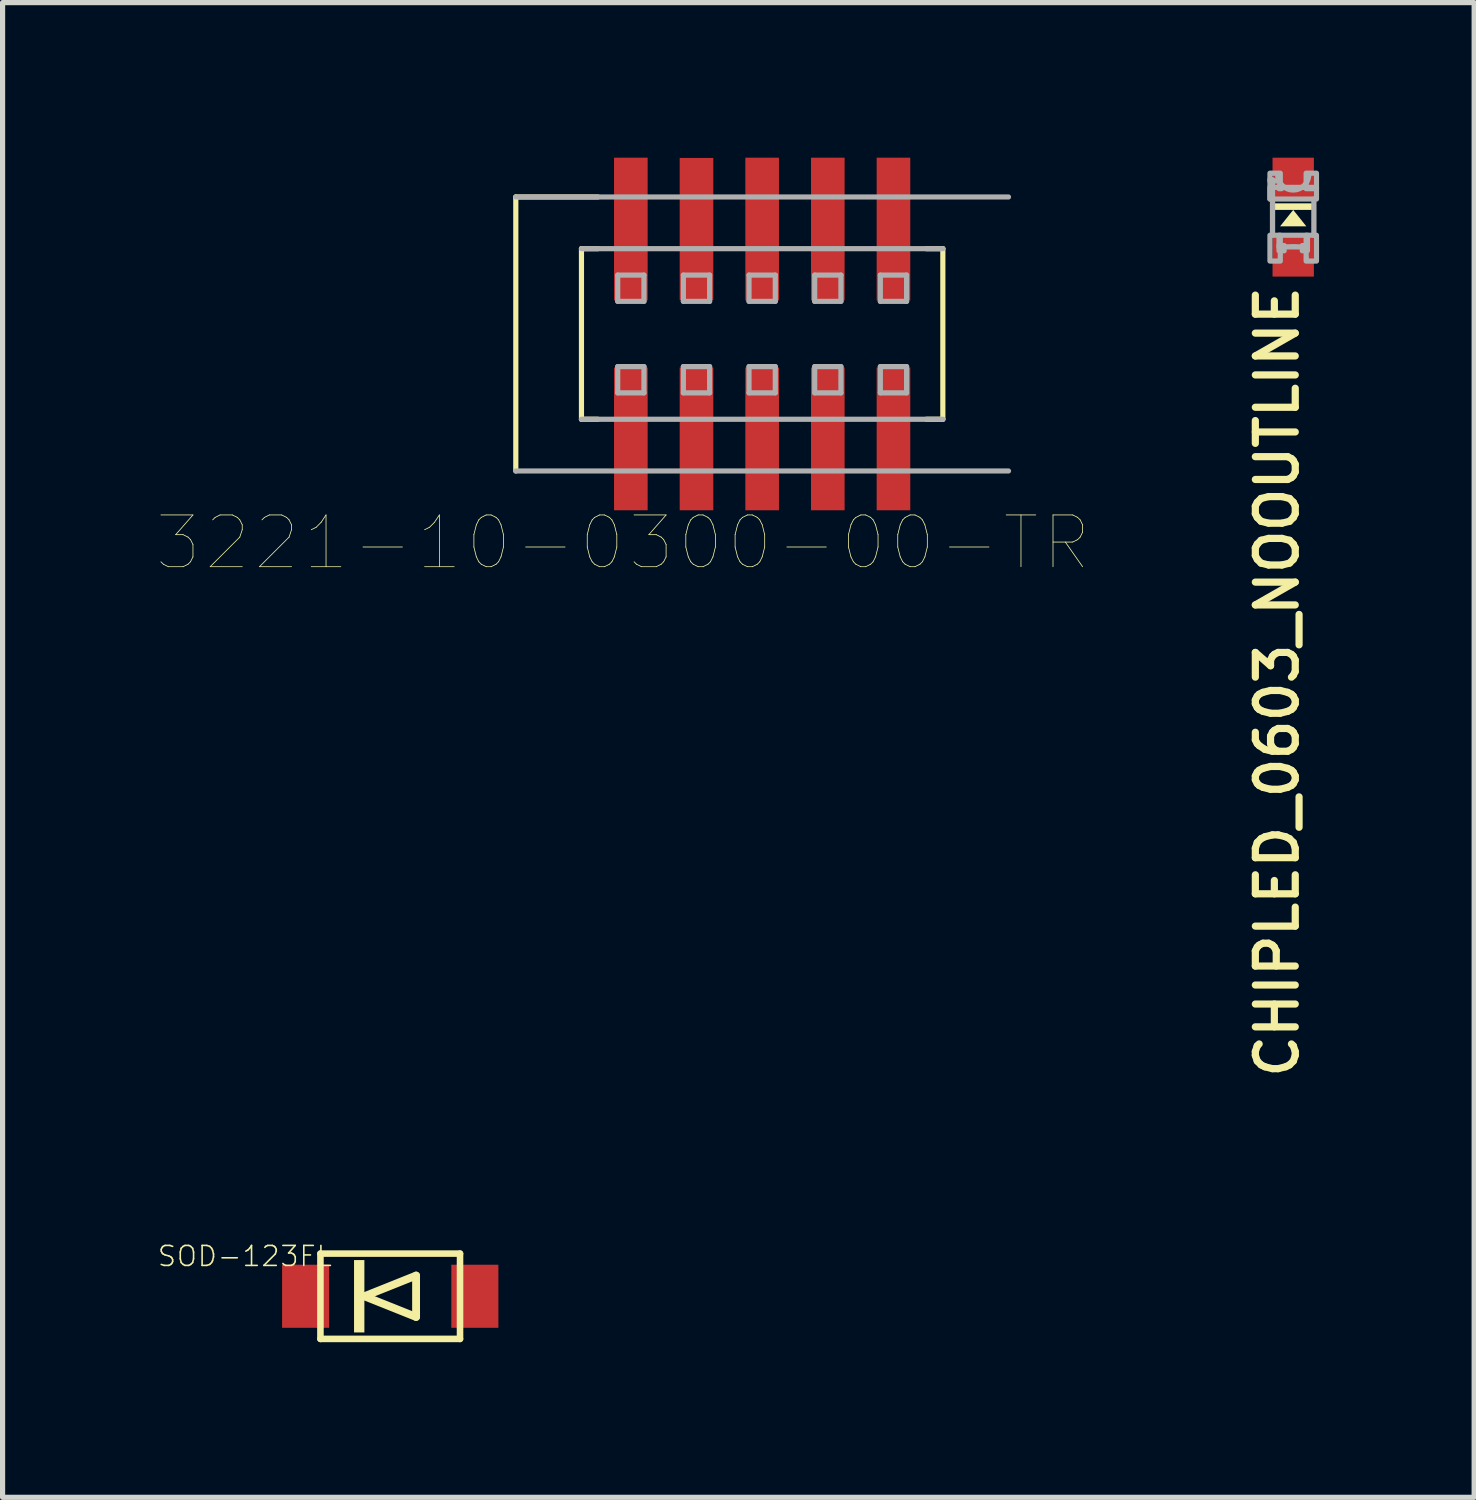
<source format=kicad_pcb>
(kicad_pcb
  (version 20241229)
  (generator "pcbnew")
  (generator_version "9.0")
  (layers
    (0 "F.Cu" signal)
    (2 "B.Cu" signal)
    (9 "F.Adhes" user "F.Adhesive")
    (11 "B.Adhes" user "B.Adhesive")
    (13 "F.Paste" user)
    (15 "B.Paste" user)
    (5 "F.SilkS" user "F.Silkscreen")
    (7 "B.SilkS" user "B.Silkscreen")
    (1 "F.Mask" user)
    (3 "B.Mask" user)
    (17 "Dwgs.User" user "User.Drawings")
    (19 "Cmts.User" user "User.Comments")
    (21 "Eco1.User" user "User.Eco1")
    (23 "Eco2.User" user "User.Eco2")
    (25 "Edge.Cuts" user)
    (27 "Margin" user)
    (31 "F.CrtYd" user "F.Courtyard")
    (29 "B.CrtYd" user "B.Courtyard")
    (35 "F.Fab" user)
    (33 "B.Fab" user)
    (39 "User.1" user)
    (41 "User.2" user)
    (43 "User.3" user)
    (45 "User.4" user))
  (footprint "SOD-123FL"
    (layer "F.Cu")
    (at 4.498 22.023)
    (property "Reference" "SOD-123FL" (at -1.1 -1 180) (layer "F.SilkS") (effects (font (size 0.386 0.386) (thickness 0.031)) (justify right top)))
    (attr through_hole)
    (fp_line (start -1.35 -0.825) (end 1.35 -0.825) (stroke (width 0.127) (type solid)) (layer "F.SilkS"))
    (fp_line (start -1.35 0.825) (end -1.35 -0.825) (stroke (width 0.127) (type solid)) (layer "F.SilkS"))
    (fp_line (start -0.5 0) (end 0.5 -0.4) (stroke (width 0.152) (type solid)) (layer "F.SilkS"))
    (fp_line (start 0.5 -0.4) (end 0.5 0.4) (stroke (width 0.152) (type solid)) (layer "F.SilkS"))
    (fp_line (start 0.5 0.4) (end -0.5 0) (stroke (width 0.152) (type solid)) (layer "F.SilkS"))
    (fp_line (start 1.35 -0.825) (end 1.35 0.825) (stroke (width 0.127) (type solid)) (layer "F.SilkS"))
    (fp_line (start 1.35 0.825) (end -1.35 0.825) (stroke (width 0.127) (type solid)) (layer "F.SilkS"))
    (fp_poly (pts (xy -0.7 0.7) (xy -0.5 0.7) (xy -0.5 -0.7) (xy -0.7 -0.7)) (stroke (width 0) (type solid)) (fill yes) (layer "F.SilkS"))
    (pad "1" smd rect (at -1.637 0) (size 0.91 1.22) (layers "F.Cu" "F.Mask" "F.Paste"))
    (pad "2" smd rect (at 1.637 0) (size 0.91 1.22) (layers "F.Cu" "F.Mask" "F.Paste")))
  (footprint "3221-10-0300-00-TR"
    (layer "F.Cu")
    (at 11.692 3.41)
    (property "Reference" "3221-10-0300-00-TR" (at -2.692 4.039 180) (layer "F.SilkS") (effects (font (size 1.001 1.001) (thickness 0.015))))
    (attr through_hole)
    (fp_line (start -4.765 -2.65) (end -4.765 2.65) (stroke (width 0.1) (type solid)) (layer "F.SilkS"))
    (fp_line (start -3.495 -1.65) (end -3.495 1.65) (stroke (width 0.1) (type solid)) (layer "F.SilkS"))
    (fp_line (start -3.495 1.65) (end -3.175 1.65) (stroke (width 0.1) (type solid)) (layer "F.SilkS"))
    (fp_line (start -3.175 -2.65) (end -4.765 -2.65) (stroke (width 0.1) (type solid)) (layer "F.SilkS"))
    (fp_line (start -3.175 -1.65) (end -3.495 -1.65) (stroke (width 0.1) (type solid)) (layer "F.SilkS"))
    (fp_line (start 3.175 1.65) (end 3.495 1.65) (stroke (width 0.1) (type solid)) (layer "F.SilkS"))
    (fp_line (start 3.495 -1.65) (end 3.175 -1.65) (stroke (width 0.1) (type solid)) (layer "F.SilkS"))
    (fp_line (start 3.495 1.65) (end 3.495 -1.65) (stroke (width 0.1) (type solid)) (layer "F.SilkS"))
    (fp_line (start -4.765 2.65) (end 4.765 2.65) (stroke (width 0.1) (type solid)) (layer "F.Fab"))
    (fp_line (start -3.495 1.65) (end 3.495 1.65) (stroke (width 0.1) (type solid)) (layer "F.Fab"))
    (fp_line (start -2.794 -1.139) (end -2.794 -0.631) (stroke (width 0.1) (type solid)) (layer "F.Fab"))
    (fp_line (start -2.794 -0.631) (end -2.286 -0.631) (stroke (width 0.1) (type solid)) (layer "F.Fab"))
    (fp_line (start -2.794 0.631) (end -2.794 1.139) (stroke (width 0.1) (type solid)) (layer "F.Fab"))
    (fp_line (start -2.794 1.139) (end -2.286 1.139) (stroke (width 0.1) (type solid)) (layer "F.Fab"))
    (fp_line (start -2.286 -1.139) (end -2.794 -1.139) (stroke (width 0.1) (type solid)) (layer "F.Fab"))
    (fp_line (start -2.286 -0.631) (end -2.286 -1.139) (stroke (width 0.1) (type solid)) (layer "F.Fab"))
    (fp_line (start -2.286 0.631) (end -2.794 0.631) (stroke (width 0.1) (type solid)) (layer "F.Fab"))
    (fp_line (start -2.286 1.139) (end -2.286 0.631) (stroke (width 0.1) (type solid)) (layer "F.Fab"))
    (fp_line (start -1.524 -1.139) (end -1.524 -0.631) (stroke (width 0.1) (type solid)) (layer "F.Fab"))
    (fp_line (start -1.524 -0.631) (end -1.016 -0.631) (stroke (width 0.1) (type solid)) (layer "F.Fab"))
    (fp_line (start -1.524 0.631) (end -1.524 1.139) (stroke (width 0.1) (type solid)) (layer "F.Fab"))
    (fp_line (start -1.524 1.139) (end -1.016 1.139) (stroke (width 0.1) (type solid)) (layer "F.Fab"))
    (fp_line (start -1.016 -1.139) (end -1.524 -1.139) (stroke (width 0.1) (type solid)) (layer "F.Fab"))
    (fp_line (start -1.016 -0.631) (end -1.016 -1.139) (stroke (width 0.1) (type solid)) (layer "F.Fab"))
    (fp_line (start -1.016 0.631) (end -1.524 0.631) (stroke (width 0.1) (type solid)) (layer "F.Fab"))
    (fp_line (start -1.016 1.139) (end -1.016 0.631) (stroke (width 0.1) (type solid)) (layer "F.Fab"))
    (fp_line (start -0.254 -1.139) (end -0.254 -0.631) (stroke (width 0.1) (type solid)) (layer "F.Fab"))
    (fp_line (start -0.254 -0.631) (end 0.254 -0.631) (stroke (width 0.1) (type solid)) (layer "F.Fab"))
    (fp_line (start -0.254 0.631) (end -0.254 1.139) (stroke (width 0.1) (type solid)) (layer "F.Fab"))
    (fp_line (start -0.254 1.139) (end 0.254 1.139) (stroke (width 0.1) (type solid)) (layer "F.Fab"))
    (fp_line (start 0.254 -1.139) (end -0.254 -1.139) (stroke (width 0.1) (type solid)) (layer "F.Fab"))
    (fp_line (start 0.254 -0.631) (end 0.254 -1.139) (stroke (width 0.1) (type solid)) (layer "F.Fab"))
    (fp_line (start 0.254 0.631) (end -0.254 0.631) (stroke (width 0.1) (type solid)) (layer "F.Fab"))
    (fp_line (start 0.254 1.139) (end 0.254 0.631) (stroke (width 0.1) (type solid)) (layer "F.Fab"))
    (fp_line (start 1.016 -1.139) (end 1.016 -0.631) (stroke (width 0.1) (type solid)) (layer "F.Fab"))
    (fp_line (start 1.016 -0.631) (end 1.524 -0.631) (stroke (width 0.1) (type solid)) (layer "F.Fab"))
    (fp_line (start 1.016 0.631) (end 1.016 1.139) (stroke (width 0.1) (type solid)) (layer "F.Fab"))
    (fp_line (start 1.016 1.139) (end 1.524 1.139) (stroke (width 0.1) (type solid)) (layer "F.Fab"))
    (fp_line (start 1.524 -1.139) (end 1.016 -1.139) (stroke (width 0.1) (type solid)) (layer "F.Fab"))
    (fp_line (start 1.524 -0.631) (end 1.524 -1.139) (stroke (width 0.1) (type solid)) (layer "F.Fab"))
    (fp_line (start 1.524 0.631) (end 1.016 0.631) (stroke (width 0.1) (type solid)) (layer "F.Fab"))
    (fp_line (start 1.524 1.139) (end 1.524 0.631) (stroke (width 0.1) (type solid)) (layer "F.Fab"))
    (fp_line (start 2.286 -1.139) (end 2.286 -0.631) (stroke (width 0.1) (type solid)) (layer "F.Fab"))
    (fp_line (start 2.286 -0.631) (end 2.794 -0.631) (stroke (width 0.1) (type solid)) (layer "F.Fab"))
    (fp_line (start 2.286 0.631) (end 2.286 1.139) (stroke (width 0.1) (type solid)) (layer "F.Fab"))
    (fp_line (start 2.286 1.139) (end 2.794 1.139) (stroke (width 0.1) (type solid)) (layer "F.Fab"))
    (fp_line (start 2.794 -1.139) (end 2.286 -1.139) (stroke (width 0.1) (type solid)) (layer "F.Fab"))
    (fp_line (start 2.794 -0.631) (end 2.794 -1.139) (stroke (width 0.1) (type solid)) (layer "F.Fab"))
    (fp_line (start 2.794 0.631) (end 2.286 0.631) (stroke (width 0.1) (type solid)) (layer "F.Fab"))
    (fp_line (start 2.794 1.139) (end 2.794 0.631) (stroke (width 0.1) (type solid)) (layer "F.Fab"))
    (fp_line (start 3.495 -1.65) (end -3.495 -1.65) (stroke (width 0.1) (type solid)) (layer "F.Fab"))
    (fp_line (start 4.765 -2.65) (end -4.765 -2.65) (stroke (width 0.1) (type solid)) (layer "F.Fab"))
    (pad "1" smd rect (at -2.54 2.03) (size 0.65 2.76) (layers "F.Cu" "F.Mask" "F.Paste"))
    (pad "2" smd rect (at -2.54 -2.03) (size 0.65 2.76) (layers "F.Cu" "F.Mask" "F.Paste"))
    (pad "3" smd rect (at -1.27 2.03) (size 0.65 2.76) (layers "F.Cu" "F.Mask" "F.Paste"))
    (pad "4" smd rect (at -1.27 -2.03) (size 0.65 2.75) (layers "F.Cu" "F.Mask" "F.Paste"))
    (pad "5" smd rect (at 0 2.03) (size 0.65 2.76) (layers "F.Cu" "F.Mask" "F.Paste"))
    (pad "6" smd rect (at 0 -2.03) (size 0.65 2.76) (layers "F.Cu" "F.Mask" "F.Paste"))
    (pad "7" smd rect (at 1.27 2.03) (size 0.65 2.76) (layers "F.Cu" "F.Mask" "F.Paste"))
    (pad "8" smd rect (at 1.27 -2.03) (size 0.65 2.76) (layers "F.Cu" "F.Mask" "F.Paste"))
    (pad "9" smd rect (at 2.54 2.03) (size 0.65 2.76) (layers "F.Cu" "F.Mask" "F.Paste"))
    (pad "10" smd rect (at 2.54 -2.03) (size 0.65 2.76) (layers "F.Cu" "F.Mask" "F.Paste")))
  (footprint "CHIPLED_0603_NOOUTLINE"
    (layer "F.Cu")
    (at 21.964 1.15)
    (property "Reference" "CHIPLED_0603_NOOUTLINE" (at -0.762 1.27 270) (layer "F.SilkS") (effects (font (size 0.772 0.772) (thickness 0.139)) (justify right top)))
    (attr through_hole)
    (fp_poly (pts (xy 0 -0.14) (xy -0.254 0.178) (xy 0.254 0.178)) (stroke (width 0) (type solid)) (fill yes) (layer "F.SilkS"))
    (fp_poly (pts (xy -0.381 -0.14) (xy 0.381 -0.14) (xy 0.381 -0.267) (xy -0.381 -0.267)) (stroke (width 0) (type solid)) (fill yes) (layer "F.SilkS"))
    (fp_line (start -0.4 -0.375) (end -0.4 0.35) (stroke (width 0.102) (type solid)) (layer "F.Fab"))
    (fp_line (start 0.4 -0.35) (end 0.4 0.35) (stroke (width 0.102) (type solid)) (layer "F.Fab"))
    (fp_arc (start -0.275 0.825) (mid 0 0.55) (end 0.275 0.825) (stroke (width 0.0508) (type solid)) (layer "F.Fab"))
    (fp_arc (start 0.3 -0.799998) (mid -0.000001 -0.524966) (end -0.3 -0.8) (stroke (width 0.1016) (type solid)) (layer "F.Fab"))
    (fp_circle (center -0.35 -0.625) (end -0.275 -0.625) (stroke (width 0.051) (type solid)) (fill no) (layer "F.Fab"))
    (fp_poly (pts (xy -0.45 -0.7) (xy -0.25 -0.7) (xy -0.25 -0.85) (xy -0.45 -0.85)) (stroke (width 0.1) (type solid)) (fill no) (layer "F.Fab"))
    (fp_poly (pts (xy -0.45 -0.35) (xy -0.4 -0.35) (xy -0.4 -0.725) (xy -0.45 -0.725)) (stroke (width 0.1) (type solid)) (fill no) (layer "F.Fab"))
    (fp_poly (pts (xy -0.45 -0.35) (xy 0.45 -0.35) (xy 0.45 -0.575) (xy -0.45 -0.575)) (stroke (width 0.1) (type solid)) (fill no) (layer "F.Fab"))
    (fp_poly (pts (xy -0.45 0.85) (xy -0.25 0.85) (xy -0.25 0.35) (xy -0.45 0.35)) (stroke (width 0.1) (type solid)) (fill no) (layer "F.Fab"))
    (fp_poly (pts (xy -0.275 -0.55) (xy -0.225 -0.55) (xy -0.225 -0.6) (xy -0.275 -0.6)) (stroke (width 0.1) (type solid)) (fill no) (layer "F.Fab"))
    (fp_poly (pts (xy -0.275 0.575) (xy 0.275 0.575) (xy 0.275 0.35) (xy -0.275 0.35)) (stroke (width 0.1) (type solid)) (fill no) (layer "F.Fab"))
    (fp_poly (pts (xy -0.275 0.65) (xy -0.175 0.65) (xy -0.175 0.55) (xy -0.275 0.55)) (stroke (width 0.1) (type solid)) (fill no) (layer "F.Fab"))
    (fp_poly (pts (xy 0.175 0.65) (xy 0.275 0.65) (xy 0.275 0.55) (xy 0.175 0.55)) (stroke (width 0.1) (type solid)) (fill no) (layer "F.Fab"))
    (fp_poly (pts (xy 0.25 -0.55) (xy 0.45 -0.55) (xy 0.45 -0.85) (xy 0.25 -0.85)) (stroke (width 0.1) (type solid)) (fill no) (layer "F.Fab"))
    (fp_poly (pts (xy 0.25 0.85) (xy 0.45 0.85) (xy 0.45 0.35) (xy 0.25 0.35)) (stroke (width 0.1) (type solid)) (fill no) (layer "F.Fab"))
    (pad "1" smd rect (at 0 -0.75) (size 0.8 0.8) (layers "F.Cu" "F.Mask" "F.Paste"))
    (pad "2" smd rect (at 0 0.75) (size 0.8 0.8) (layers "F.Cu" "F.Mask" "F.Paste")))
  (gr_rect
    (start -3 -3)
    (end 25.464 25.912)
    (stroke (width 0.1) (type default))
    (fill no)
    (layer "Edge.Cuts")))
</source>
